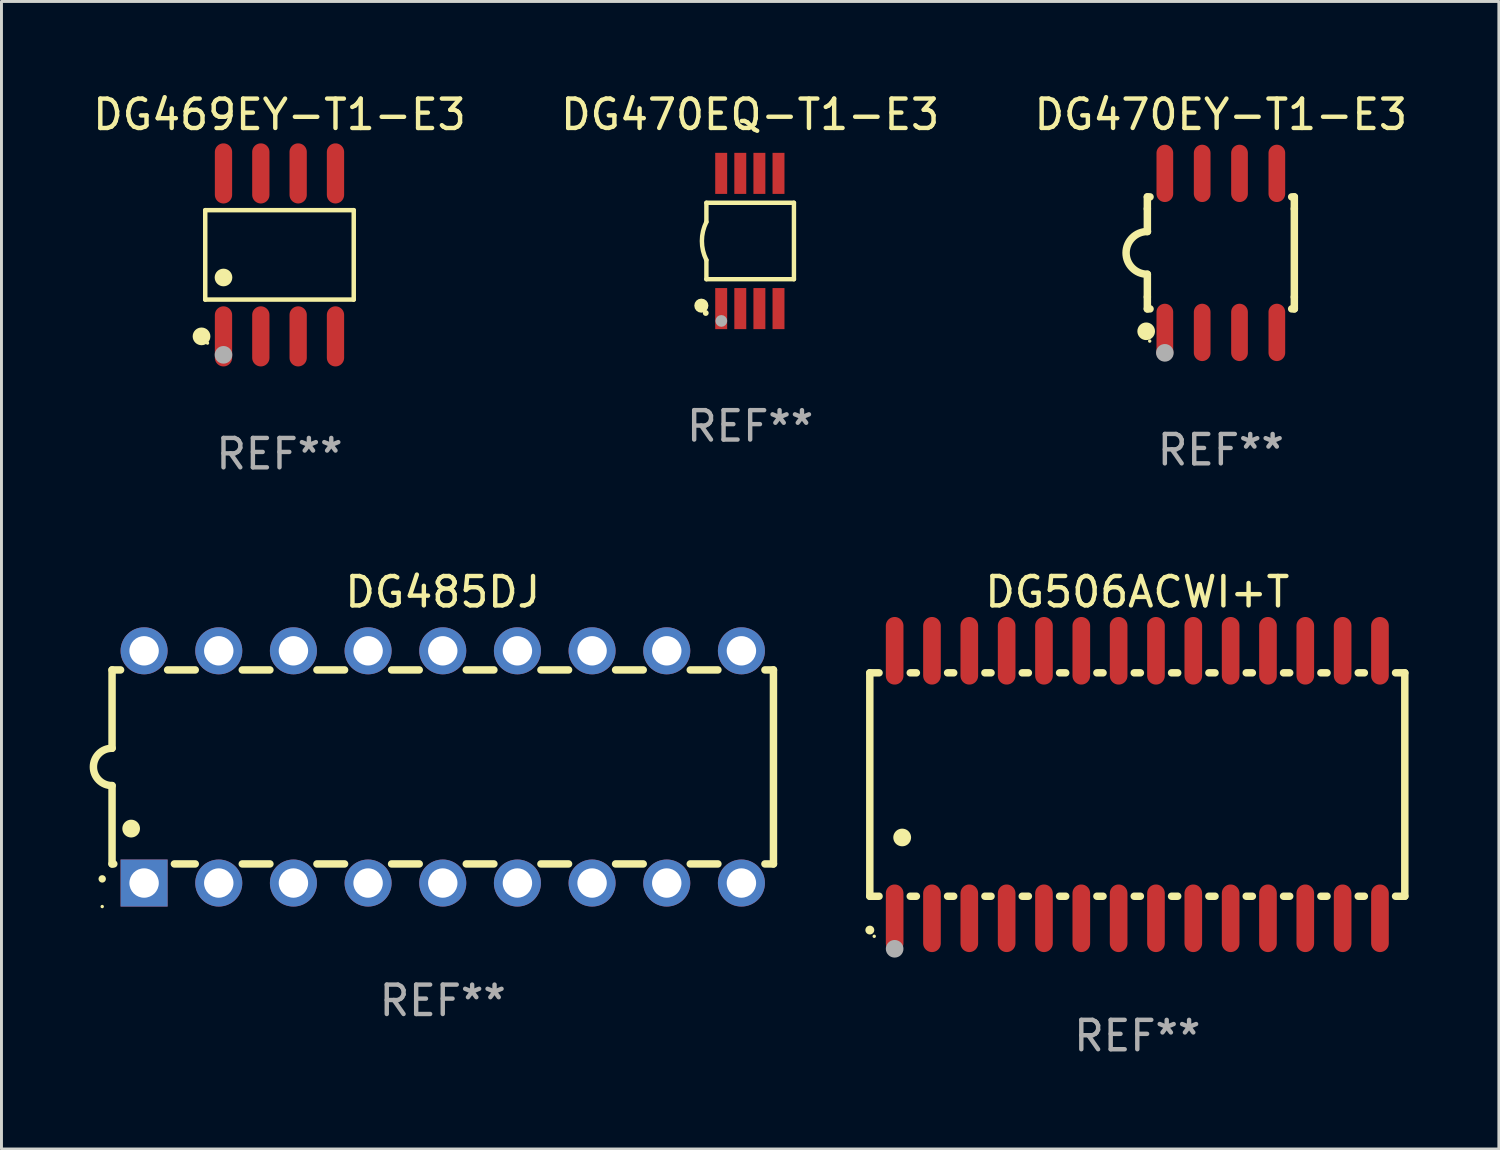
<source format=kicad_pcb>
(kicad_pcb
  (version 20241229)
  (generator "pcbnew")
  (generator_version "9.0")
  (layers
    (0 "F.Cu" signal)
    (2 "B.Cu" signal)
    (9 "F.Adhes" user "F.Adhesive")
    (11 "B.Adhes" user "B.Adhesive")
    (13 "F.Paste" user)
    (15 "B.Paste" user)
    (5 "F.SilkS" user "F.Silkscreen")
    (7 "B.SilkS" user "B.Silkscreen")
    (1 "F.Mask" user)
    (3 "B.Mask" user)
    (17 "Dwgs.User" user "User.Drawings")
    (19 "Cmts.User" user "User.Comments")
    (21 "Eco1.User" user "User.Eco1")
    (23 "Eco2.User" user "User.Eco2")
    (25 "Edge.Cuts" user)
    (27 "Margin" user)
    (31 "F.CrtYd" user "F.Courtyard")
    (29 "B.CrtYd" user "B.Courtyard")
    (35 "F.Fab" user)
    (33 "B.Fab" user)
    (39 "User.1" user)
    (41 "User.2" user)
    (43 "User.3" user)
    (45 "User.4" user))
  (footprint "DG470EY-T1-E3"
    (layer "F.Cu")
    (at 38.482 5.553)
    (property "Reference" "DG470EY-T1-E3" (at 0 -4.705 0) (layer "F.SilkS") (effects (font (size 1 1) (thickness 0.15))))
    (attr through_hole)
    (fp_line (start -2.5 -1.905) (end -2.409 -1.905) (stroke (width 0.254) (type solid)) (layer "F.SilkS"))
    (fp_line (start -2.5 -1.5) (end -2.5 -1.905) (stroke (width 0.254) (type solid)) (layer "F.SilkS"))
    (fp_line (start -2.5 -1.5) (end -2.5 -0.726) (stroke (width 0.254) (type solid)) (layer "F.SilkS"))
    (fp_line (start -2.5 1.5) (end -2.5 0.727) (stroke (width 0.254) (type solid)) (layer "F.SilkS"))
    (fp_line (start -2.5 1.5) (end -2.5 1.905) (stroke (width 0.254) (type solid)) (layer "F.SilkS"))
    (fp_line (start -2.5 1.905) (end -2.409 1.905) (stroke (width 0.254) (type solid)) (layer "F.SilkS"))
    (fp_line (start 2.5 -1.905) (end 2.409 -1.905) (stroke (width 0.254) (type solid)) (layer "F.SilkS"))
    (fp_line (start 2.5 -1.5) (end 2.5 -1.905) (stroke (width 0.254) (type solid)) (layer "F.SilkS"))
    (fp_line (start 2.5 -1.5) (end 2.5 1.5) (stroke (width 0.254) (type solid)) (layer "F.SilkS"))
    (fp_line (start 2.5 1.5) (end 2.5 1.905) (stroke (width 0.254) (type solid)) (layer "F.SilkS"))
    (fp_line (start 2.5 1.905) (end 2.409 1.905) (stroke (width 0.254) (type solid)) (layer "F.SilkS"))
    (fp_arc (start -2.5 0.726568) (mid -3.220316 -0.0023) (end -2.495097 -0.726289) (stroke (width 0.254001) (type solid)) (layer "F.SilkS"))
    (fp_circle (center -2.54 2.667) (end -2.39 2.667) (stroke (width 0.3) (type solid)) (fill no) (layer "F.SilkS"))
    (fp_circle (center -2.42 3) (end -2.39 3) (stroke (width 0.06) (type solid)) (fill no) (layer "F.SilkS"))
    (fp_circle (center -1.905 3.4) (end -1.755 3.4) (stroke (width 0.3) (type solid)) (fill no) (layer "F.Fab"))
    (fp_text user "REF**" (at 0 6.705 0) (layer "F.Fab") (effects (font (size 1 1) (thickness 0.15))))
    (pad "1" smd oval (at -1.905 2.705) (size 0.568 1.95) (layers "F.Cu" "F.Mask" "F.Paste"))
    (pad "2" smd oval (at -0.635 2.705) (size 0.568 1.95) (layers "F.Cu" "F.Mask" "F.Paste"))
    (pad "3" smd oval (at 0.635 2.705) (size 0.568 1.95) (layers "F.Cu" "F.Mask" "F.Paste"))
    (pad "4" smd oval (at 1.905 2.705) (size 0.568 1.95) (layers "F.Cu" "F.Mask" "F.Paste"))
    (pad "5" smd oval (at 1.905 -2.705) (size 0.568 1.95) (layers "F.Cu" "F.Mask" "F.Paste"))
    (pad "6" smd oval (at 0.635 -2.705) (size 0.568 1.95) (layers "F.Cu" "F.Mask" "F.Paste"))
    (pad "7" smd oval (at -0.635 -2.705) (size 0.568 1.95) (layers "F.Cu" "F.Mask" "F.Paste"))
    (pad "8" smd oval (at -1.905 -2.705) (size 0.568 1.95) (layers "F.Cu" "F.Mask" "F.Paste")))
  (footprint "DG470EQ-T1-E3"
    (layer "F.Cu")
    (at 22.47 5.148)
    (property "Reference" "DG470EQ-T1-E3" (at 0 -4.3 0) (layer "F.SilkS") (effects (font (size 1 1) (thickness 0.15))))
    (attr through_hole)
    (fp_line (start -1.489 -1.3) (end -1.489 -0.648) (stroke (width 0.15) (type solid)) (layer "F.SilkS"))
    (fp_line (start -1.489 0.648) (end -1.489 1.3) (stroke (width 0.15) (type solid)) (layer "F.SilkS"))
    (fp_line (start -1.489 1.3) (end 1.489 1.3) (stroke (width 0.15) (type solid)) (layer "F.SilkS"))
    (fp_line (start 1.489 -1.3) (end -1.489 -1.3) (stroke (width 0.15) (type solid)) (layer "F.SilkS"))
    (fp_line (start 1.489 1.3) (end 1.489 -1.3) (stroke (width 0.15) (type solid)) (layer "F.SilkS"))
    (fp_arc (start -1.489205 0.647702) (mid -1.642107 0) (end -1.489205 -0.647701) (stroke (width 0.150013) (type solid)) (layer "F.SilkS"))
    (fp_circle (center -1.661 2.2) (end -1.541 2.2) (stroke (width 0.24) (type solid)) (fill no) (layer "F.SilkS"))
    (fp_circle (center -1.511 2.45) (end -1.461 2.45) (stroke (width 0.1) (type solid)) (fill no) (layer "F.SilkS"))
    (fp_circle (center -0.981 2.72) (end -0.881 2.72) (stroke (width 0.2) (type solid)) (fill no) (layer "F.Fab"))
    (fp_text user "REF**" (at 0 6.3 0) (layer "F.Fab") (effects (font (size 1 1) (thickness 0.15))))
    (pad "1" smd rect (at -0.986 2.3) (size 0.406 1.397) (layers "F.Cu" "F.Mask" "F.Paste"))
    (pad "2" smd rect (at -0.336 2.3) (size 0.406 1.397) (layers "F.Cu" "F.Mask" "F.Paste"))
    (pad "3" smd rect (at 0.314 2.3) (size 0.406 1.397) (layers "F.Cu" "F.Mask" "F.Paste"))
    (pad "4" smd rect (at 0.964 2.3) (size 0.406 1.397) (layers "F.Cu" "F.Mask" "F.Paste"))
    (pad "5" smd rect (at 0.964 -2.3) (size 0.406 1.397) (layers "F.Cu" "F.Mask" "F.Paste"))
    (pad "6" smd rect (at 0.314 -2.3) (size 0.406 1.397) (layers "F.Cu" "F.Mask" "F.Paste"))
    (pad "7" smd rect (at -0.336 -2.3) (size 0.406 1.397) (layers "F.Cu" "F.Mask" "F.Paste"))
    (pad "8" smd rect (at -0.986 -2.3) (size 0.406 1.397) (layers "F.Cu" "F.Mask" "F.Paste")))
  (footprint "DG485DJ"
    (layer "F.Cu")
    (at 12.012 23.04)
    (property "Reference" "DG485DJ" (at 0 -5.95 0) (layer "F.SilkS") (effects (font (size 1 1) (thickness 0.15))))
    (attr through_hole)
    (fp_line (start -11.25 -3.3) (end -11.25 -0.635) (stroke (width 0.254) (type solid)) (layer "F.SilkS"))
    (fp_line (start -11.25 -3.3) (end -10.96 -3.3) (stroke (width 0.254) (type solid)) (layer "F.SilkS"))
    (fp_line (start -11.25 3.3) (end -11.25 0.635) (stroke (width 0.254) (type solid)) (layer "F.SilkS"))
    (fp_line (start -11.25 3.3) (end -11.191 3.3) (stroke (width 0.254) (type solid)) (layer "F.SilkS"))
    (fp_line (start -9.36 -3.3) (end -8.42 -3.3) (stroke (width 0.254) (type solid)) (layer "F.SilkS"))
    (fp_line (start -9.129 3.3) (end -8.42 3.3) (stroke (width 0.254) (type solid)) (layer "F.SilkS"))
    (fp_line (start -6.82 -3.3) (end -5.88 -3.3) (stroke (width 0.254) (type solid)) (layer "F.SilkS"))
    (fp_line (start -6.82 3.3) (end -5.88 3.3) (stroke (width 0.254) (type solid)) (layer "F.SilkS"))
    (fp_line (start -4.28 -3.3) (end -3.34 -3.3) (stroke (width 0.254) (type solid)) (layer "F.SilkS"))
    (fp_line (start -4.28 3.3) (end -3.34 3.3) (stroke (width 0.254) (type solid)) (layer "F.SilkS"))
    (fp_line (start -1.74 -3.3) (end -0.8 -3.3) (stroke (width 0.254) (type solid)) (layer "F.SilkS"))
    (fp_line (start -1.74 3.3) (end -0.8 3.3) (stroke (width 0.254) (type solid)) (layer "F.SilkS"))
    (fp_line (start 0.8 -3.3) (end 1.74 -3.3) (stroke (width 0.254) (type solid)) (layer "F.SilkS"))
    (fp_line (start 0.8 3.3) (end 1.74 3.3) (stroke (width 0.254) (type solid)) (layer "F.SilkS"))
    (fp_line (start 3.34 -3.3) (end 4.28 -3.3) (stroke (width 0.254) (type solid)) (layer "F.SilkS"))
    (fp_line (start 3.34 3.3) (end 4.28 3.3) (stroke (width 0.254) (type solid)) (layer "F.SilkS"))
    (fp_line (start 5.88 -3.3) (end 6.82 -3.3) (stroke (width 0.254) (type solid)) (layer "F.SilkS"))
    (fp_line (start 5.88 3.3) (end 6.82 3.3) (stroke (width 0.254) (type solid)) (layer "F.SilkS"))
    (fp_line (start 8.42 -3.3) (end 9.36 -3.3) (stroke (width 0.254) (type solid)) (layer "F.SilkS"))
    (fp_line (start 8.42 3.3) (end 9.36 3.3) (stroke (width 0.254) (type solid)) (layer "F.SilkS"))
    (fp_line (start 10.96 -3.3) (end 11.25 -3.3) (stroke (width 0.254) (type solid)) (layer "F.SilkS"))
    (fp_line (start 10.96 3.3) (end 11.25 3.3) (stroke (width 0.254) (type solid)) (layer "F.SilkS"))
    (fp_line (start 11.25 -3.3) (end 11.25 3.3) (stroke (width 0.254) (type solid)) (layer "F.SilkS"))
    (fp_arc (start -11.584963 3.810008) (mid -11.58497 3.808738) (end -11.584963 3.807468) (stroke (width 0.25) (type solid)) (layer "F.SilkS"))
    (fp_arc (start -11.250013 0.635001) (mid -11.884684 -0.000165) (end -11.249683 -0.635001) (stroke (width 0.254001) (type solid)) (layer "F.SilkS"))
    (fp_arc (start -10.600025 2.1) (mid -10.600036 2.09746) (end -10.600025 2.09492) (stroke (width 0.6) (type solid)) (layer "F.SilkS"))
    (fp_circle (center -11.585 4.75) (end -11.555 4.75) (stroke (width 0.06) (type solid)) (fill no) (layer "F.SilkS"))
    (fp_text user "REF**" (at 0 7.95 0) (layer "F.Fab") (effects (font (size 1 1) (thickness 0.15))))
    (pad "1" thru_hole rect (at -10.16 3.95 90) (size 1.6 1.6) (drill 1) (layers "*.Cu" "*.Mask"))
    (pad "2" thru_hole circle (at -7.62 3.95 90) (size 1.6 1.6) (drill 1) (layers "*.Cu" "*.Mask"))
    (pad "3" thru_hole circle (at -5.08 3.95 90) (size 1.6 1.6) (drill 1) (layers "*.Cu" "*.Mask"))
    (pad "4" thru_hole circle (at -2.54 3.95 90) (size 1.6 1.6) (drill 1) (layers "*.Cu" "*.Mask"))
    (pad "5" thru_hole circle (at 0 3.95 90) (size 1.6 1.6) (drill 1) (layers "*.Cu" "*.Mask"))
    (pad "6" thru_hole circle (at 2.54 3.95 90) (size 1.6 1.6) (drill 1) (layers "*.Cu" "*.Mask"))
    (pad "7" thru_hole circle (at 5.08 3.95 90) (size 1.6 1.6) (drill 1) (layers "*.Cu" "*.Mask"))
    (pad "8" thru_hole circle (at 7.62 3.95 90) (size 1.6 1.6) (drill 1) (layers "*.Cu" "*.Mask"))
    (pad "9" thru_hole circle (at 10.16 3.95 90) (size 1.6 1.6) (drill 1) (layers "*.Cu" "*.Mask"))
    (pad "10" thru_hole circle (at 10.16 -3.95 90) (size 1.6 1.6) (drill 1) (layers "*.Cu" "*.Mask"))
    (pad "11" thru_hole circle (at 7.62 -3.95 90) (size 1.6 1.6) (drill 1) (layers "*.Cu" "*.Mask"))
    (pad "12" thru_hole circle (at 5.08 -3.95 90) (size 1.6 1.6) (drill 1) (layers "*.Cu" "*.Mask"))
    (pad "13" thru_hole circle (at 2.54 -3.95 90) (size 1.6 1.6) (drill 1) (layers "*.Cu" "*.Mask"))
    (pad "14" thru_hole circle (at 0 -3.95 90) (size 1.6 1.6) (drill 1) (layers "*.Cu" "*.Mask"))
    (pad "15" thru_hole circle (at -2.54 -3.95 90) (size 1.6 1.6) (drill 1) (layers "*.Cu" "*.Mask"))
    (pad "16" thru_hole circle (at -5.08 -3.95 90) (size 1.6 1.6) (drill 1) (layers "*.Cu" "*.Mask"))
    (pad "17" thru_hole circle (at -7.62 -3.95 90) (size 1.6 1.6) (drill 1) (layers "*.Cu" "*.Mask"))
    (pad "18" thru_hole circle (at -10.16 -3.95 90) (size 1.6 1.6) (drill 1) (layers "*.Cu" "*.Mask")))
  (footprint "DG469EY-T1-E3"
    (layer "F.Cu")
    (at 6.458 5.621)
    (property "Reference" "DG469EY-T1-E3" (at 0 -4.772 0) (layer "F.SilkS") (effects (font (size 1 1) (thickness 0.15))))
    (attr through_hole)
    (fp_line (start -2.526 -1.521) (end 2.526 -1.521) (stroke (width 0.152) (type solid)) (layer "F.SilkS"))
    (fp_line (start -2.526 1.521) (end -2.526 -1.521) (stroke (width 0.152) (type solid)) (layer "F.SilkS"))
    (fp_line (start 2.526 -1.521) (end 2.526 1.521) (stroke (width 0.152) (type solid)) (layer "F.SilkS"))
    (fp_line (start 2.526 1.521) (end -2.526 1.521) (stroke (width 0.152) (type solid)) (layer "F.SilkS"))
    (fp_circle (center -2.652 2.772) (end -2.501 2.772) (stroke (width 0.3) (type solid)) (fill no) (layer "F.SilkS"))
    (fp_circle (center -2.45 3) (end -2.42 3) (stroke (width 0.06) (type solid)) (fill no) (layer "F.SilkS"))
    (fp_circle (center -1.905 0.769) (end -1.755 0.769) (stroke (width 0.3) (type solid)) (fill no) (layer "F.SilkS"))
    (fp_circle (center -1.905 3.4) (end -1.755 3.4) (stroke (width 0.3) (type solid)) (fill no) (layer "F.Fab"))
    (fp_text user "REF**" (at 0 6.772 0) (layer "F.Fab") (effects (font (size 1 1) (thickness 0.15))))
    (pad "1" smd oval (at -1.905 2.772) (size 0.588 2.045) (layers "F.Cu" "F.Mask" "F.Paste"))
    (pad "2" smd oval (at -0.635 2.772) (size 0.588 2.045) (layers "F.Cu" "F.Mask" "F.Paste"))
    (pad "3" smd oval (at 0.635 2.772) (size 0.588 2.045) (layers "F.Cu" "F.Mask" "F.Paste"))
    (pad "4" smd oval (at 1.905 2.772) (size 0.588 2.045) (layers "F.Cu" "F.Mask" "F.Paste"))
    (pad "5" smd oval (at 1.905 -2.772) (size 0.588 2.045) (layers "F.Cu" "F.Mask" "F.Paste"))
    (pad "6" smd oval (at 0.635 -2.772) (size 0.588 2.045) (layers "F.Cu" "F.Mask" "F.Paste"))
    (pad "7" smd oval (at -0.635 -2.772) (size 0.588 2.045) (layers "F.Cu" "F.Mask" "F.Paste"))
    (pad "8" smd oval (at -1.905 -2.772) (size 0.588 2.045) (layers "F.Cu" "F.Mask" "F.Paste")))
  (footprint "DG506ACWI+T"
    (layer "F.Cu")
    (at 35.64 23.639)
    (property "Reference" "DG506ACWI+T" (at 0 -6.55 0) (layer "F.SilkS") (effects (font (size 1 1) (thickness 0.15))))
    (attr through_hole)
    (fp_line (start -9.1 -3.8) (end -9.1 3.8) (stroke (width 0.254) (type solid)) (layer "F.SilkS"))
    (fp_line (start -9.1 -3.8) (end -8.786 -3.8) (stroke (width 0.254) (type solid)) (layer "F.SilkS"))
    (fp_line (start -9.1 3.8) (end -8.786 3.8) (stroke (width 0.254) (type solid)) (layer "F.SilkS"))
    (fp_line (start -7.724 -3.8) (end -7.516 -3.8) (stroke (width 0.254) (type solid)) (layer "F.SilkS"))
    (fp_line (start -7.724 3.8) (end -7.516 3.8) (stroke (width 0.254) (type solid)) (layer "F.SilkS"))
    (fp_line (start -6.454 -3.8) (end -6.246 -3.8) (stroke (width 0.254) (type solid)) (layer "F.SilkS"))
    (fp_line (start -6.454 3.8) (end -6.246 3.8) (stroke (width 0.254) (type solid)) (layer "F.SilkS"))
    (fp_line (start -5.184 -3.8) (end -4.976 -3.8) (stroke (width 0.254) (type solid)) (layer "F.SilkS"))
    (fp_line (start -5.184 3.8) (end -4.976 3.8) (stroke (width 0.254) (type solid)) (layer "F.SilkS"))
    (fp_line (start -3.914 -3.8) (end -3.706 -3.8) (stroke (width 0.254) (type solid)) (layer "F.SilkS"))
    (fp_line (start -3.914 3.8) (end -3.706 3.8) (stroke (width 0.254) (type solid)) (layer "F.SilkS"))
    (fp_line (start -2.644 -3.8) (end -2.436 -3.8) (stroke (width 0.254) (type solid)) (layer "F.SilkS"))
    (fp_line (start -2.644 3.8) (end -2.436 3.8) (stroke (width 0.254) (type solid)) (layer "F.SilkS"))
    (fp_line (start -1.374 -3.8) (end -1.166 -3.8) (stroke (width 0.254) (type solid)) (layer "F.SilkS"))
    (fp_line (start -1.374 3.8) (end -1.166 3.8) (stroke (width 0.254) (type solid)) (layer "F.SilkS"))
    (fp_line (start -0.104 -3.8) (end 0.104 -3.8) (stroke (width 0.254) (type solid)) (layer "F.SilkS"))
    (fp_line (start -0.104 3.8) (end 0.104 3.8) (stroke (width 0.254) (type solid)) (layer "F.SilkS"))
    (fp_line (start 1.166 -3.8) (end 1.374 -3.8) (stroke (width 0.254) (type solid)) (layer "F.SilkS"))
    (fp_line (start 1.166 3.8) (end 1.374 3.8) (stroke (width 0.254) (type solid)) (layer "F.SilkS"))
    (fp_line (start 2.436 -3.8) (end 2.644 -3.8) (stroke (width 0.254) (type solid)) (layer "F.SilkS"))
    (fp_line (start 2.436 3.8) (end 2.644 3.8) (stroke (width 0.254) (type solid)) (layer "F.SilkS"))
    (fp_line (start 3.706 -3.8) (end 3.914 -3.8) (stroke (width 0.254) (type solid)) (layer "F.SilkS"))
    (fp_line (start 3.706 3.8) (end 3.914 3.8) (stroke (width 0.254) (type solid)) (layer "F.SilkS"))
    (fp_line (start 4.976 -3.8) (end 5.184 -3.8) (stroke (width 0.254) (type solid)) (layer "F.SilkS"))
    (fp_line (start 4.976 3.8) (end 5.184 3.8) (stroke (width 0.254) (type solid)) (layer "F.SilkS"))
    (fp_line (start 6.246 -3.8) (end 6.454 -3.8) (stroke (width 0.254) (type solid)) (layer "F.SilkS"))
    (fp_line (start 6.246 3.8) (end 6.454 3.8) (stroke (width 0.254) (type solid)) (layer "F.SilkS"))
    (fp_line (start 7.516 -3.8) (end 7.724 -3.8) (stroke (width 0.254) (type solid)) (layer "F.SilkS"))
    (fp_line (start 7.516 3.8) (end 7.724 3.8) (stroke (width 0.254) (type solid)) (layer "F.SilkS"))
    (fp_line (start 8.786 -3.8) (end 9.1 -3.8) (stroke (width 0.254) (type solid)) (layer "F.SilkS"))
    (fp_line (start 8.786 3.8) (end 9.1 3.8) (stroke (width 0.254) (type solid)) (layer "F.SilkS"))
    (fp_line (start 9.1 -3.8) (end 9.1 3.8) (stroke (width 0.254) (type solid)) (layer "F.SilkS"))
    (fp_arc (start -9.100864 4.95047) (mid -9.099594 4.950465) (end -9.098324 4.95047) (stroke (width 0.3) (type solid)) (layer "F.SilkS"))
    (fp_arc (start -8.001041 1.800864) (mid -7.998501 1.800853) (end -7.995961 1.800864) (stroke (width 0.6) (type solid)) (layer "F.SilkS"))
    (fp_circle (center -8.95 5.163) (end -8.92 5.163) (stroke (width 0.06) (type solid)) (fill no) (layer "F.SilkS"))
    (fp_circle (center -8.255 5.588) (end -8.105 5.588) (stroke (width 0.3) (type solid)) (fill no) (layer "F.Fab"))
    (fp_text user "REF**" (at 0 8.55 0) (layer "F.Fab") (effects (font (size 1 1) (thickness 0.15))))
    (pad "1" smd oval (at -8.255 4.55 180) (size 0.6 2.3) (layers "F.Cu" "F.Mask" "F.Paste"))
    (pad "2" smd oval (at -6.985 4.55 180) (size 0.6 2.3) (layers "F.Cu" "F.Mask" "F.Paste"))
    (pad "3" smd oval (at -5.715 4.55 180) (size 0.6 2.3) (layers "F.Cu" "F.Mask" "F.Paste"))
    (pad "4" smd oval (at -4.445 4.55 180) (size 0.6 2.3) (layers "F.Cu" "F.Mask" "F.Paste"))
    (pad "5" smd oval (at -3.175 4.55 180) (size 0.6 2.3) (layers "F.Cu" "F.Mask" "F.Paste"))
    (pad "6" smd oval (at -1.905 4.55 180) (size 0.6 2.3) (layers "F.Cu" "F.Mask" "F.Paste"))
    (pad "7" smd oval (at -0.635 4.55 180) (size 0.6 2.3) (layers "F.Cu" "F.Mask" "F.Paste"))
    (pad "8" smd oval (at 0.635 4.55 180) (size 0.6 2.3) (layers "F.Cu" "F.Mask" "F.Paste"))
    (pad "9" smd oval (at 1.905 4.55 180) (size 0.6 2.3) (layers "F.Cu" "F.Mask" "F.Paste"))
    (pad "10" smd oval (at 3.175 4.55 180) (size 0.6 2.3) (layers "F.Cu" "F.Mask" "F.Paste"))
    (pad "11" smd oval (at 4.445 4.55 180) (size 0.6 2.3) (layers "F.Cu" "F.Mask" "F.Paste"))
    (pad "12" smd oval (at 5.715 4.55 180) (size 0.6 2.3) (layers "F.Cu" "F.Mask" "F.Paste"))
    (pad "13" smd oval (at 6.985 4.55 180) (size 0.6 2.3) (layers "F.Cu" "F.Mask" "F.Paste"))
    (pad "14" smd oval (at 8.255 4.55 180) (size 0.6 2.3) (layers "F.Cu" "F.Mask" "F.Paste"))
    (pad "15" smd oval (at 8.255 -4.55 180) (size 0.6 2.3) (layers "F.Cu" "F.Mask" "F.Paste"))
    (pad "16" smd oval (at 6.985 -4.55 180) (size 0.6 2.3) (layers "F.Cu" "F.Mask" "F.Paste"))
    (pad "17" smd oval (at 5.715 -4.55 180) (size 0.6 2.3) (layers "F.Cu" "F.Mask" "F.Paste"))
    (pad "18" smd oval (at 4.445 -4.55 180) (size 0.6 2.3) (layers "F.Cu" "F.Mask" "F.Paste"))
    (pad "19" smd oval (at 3.175 -4.55 180) (size 0.6 2.3) (layers "F.Cu" "F.Mask" "F.Paste"))
    (pad "20" smd oval (at 1.905 -4.55 180) (size 0.6 2.3) (layers "F.Cu" "F.Mask" "F.Paste"))
    (pad "21" smd oval (at 0.635 -4.55 180) (size 0.6 2.3) (layers "F.Cu" "F.Mask" "F.Paste"))
    (pad "22" smd oval (at -0.635 -4.55 180) (size 0.6 2.3) (layers "F.Cu" "F.Mask" "F.Paste"))
    (pad "23" smd oval (at -1.905 -4.55 180) (size 0.6 2.3) (layers "F.Cu" "F.Mask" "F.Paste"))
    (pad "24" smd oval (at -3.175 -4.55 180) (size 0.6 2.3) (layers "F.Cu" "F.Mask" "F.Paste"))
    (pad "25" smd oval (at -4.445 -4.55 180) (size 0.6 2.3) (layers "F.Cu" "F.Mask" "F.Paste"))
    (pad "26" smd oval (at -5.715 -4.55 180) (size 0.6 2.3) (layers "F.Cu" "F.Mask" "F.Paste"))
    (pad "27" smd oval (at -6.985 -4.55 180) (size 0.6 2.3) (layers "F.Cu" "F.Mask" "F.Paste"))
    (pad "28" smd oval (at -8.255 -4.55 180) (size 0.6 2.3) (layers "F.Cu" "F.Mask" "F.Paste")))
  (gr_rect
    (start -3 -3)
    (end 47.94 36.038)
    (stroke (width 0.1) (type default))
    (fill no)
    (layer "Edge.Cuts")))
</source>
